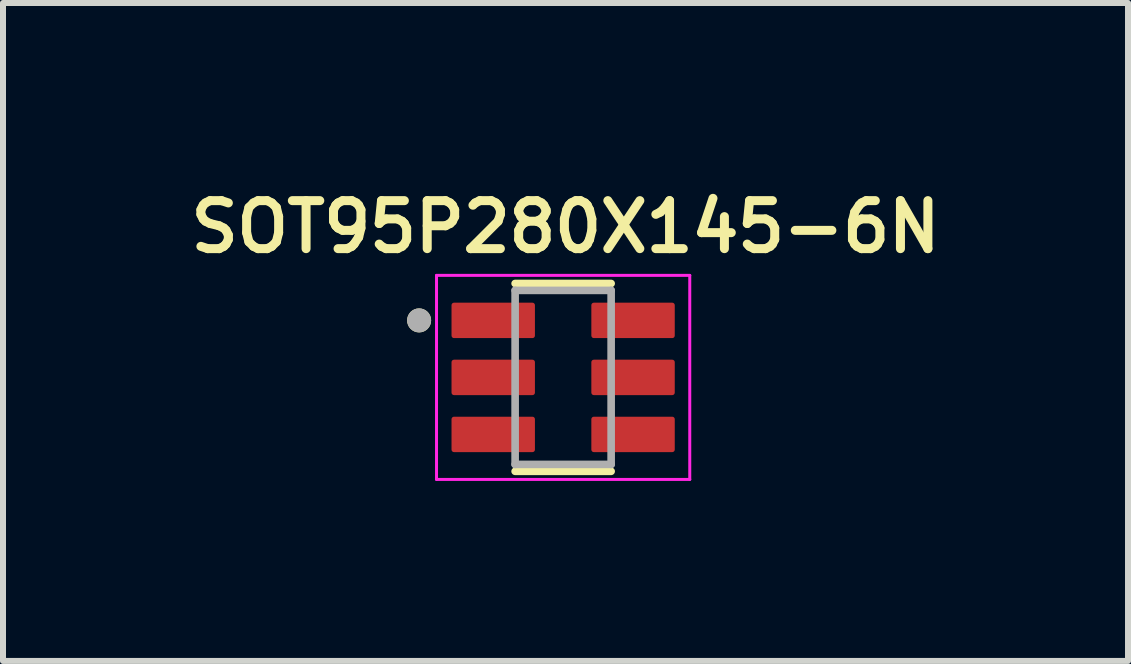
<source format=kicad_pcb>
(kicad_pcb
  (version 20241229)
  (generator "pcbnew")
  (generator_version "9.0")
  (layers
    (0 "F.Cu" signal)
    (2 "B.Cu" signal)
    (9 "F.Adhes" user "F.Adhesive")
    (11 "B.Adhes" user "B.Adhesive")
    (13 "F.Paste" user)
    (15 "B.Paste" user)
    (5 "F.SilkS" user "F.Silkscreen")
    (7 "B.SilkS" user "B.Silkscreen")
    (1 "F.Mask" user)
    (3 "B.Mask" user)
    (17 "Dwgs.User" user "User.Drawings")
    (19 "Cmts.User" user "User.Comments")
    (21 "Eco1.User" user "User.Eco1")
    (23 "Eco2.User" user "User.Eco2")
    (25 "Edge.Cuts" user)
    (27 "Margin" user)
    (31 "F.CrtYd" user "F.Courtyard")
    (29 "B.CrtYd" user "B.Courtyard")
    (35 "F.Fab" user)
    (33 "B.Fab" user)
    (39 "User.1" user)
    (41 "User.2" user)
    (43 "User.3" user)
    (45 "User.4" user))
  (footprint "SOT95P280X145-6N"
    (layer "F.Cu")
    (at 6.334 3.239)
    (property "Reference" "SOT95P280X145-6N" (at 0.04 -2.508 0) (layer "F.SilkS") (effects (font (size 0.8 0.8) (thickness 0.15))))
    (attr smd)
    (fp_line (start -0.8 -1.565) (end 0.8 -1.565) (stroke (width 0.127) (type solid)) (layer "F.SilkS"))
    (fp_line (start -0.8 1.565) (end 0.8 1.565) (stroke (width 0.127) (type solid)) (layer "F.SilkS"))
    (fp_circle (center -2.4 -0.95) (end -2.3 -0.95) (stroke (width 0.2) (type solid)) (fill no) (layer "F.SilkS"))
    (fp_line (start -2.11 -1.7) (end -2.11 1.7) (stroke (width 0.05) (type solid)) (layer "F.CrtYd"))
    (fp_line (start -2.11 1.7) (end 2.11 1.7) (stroke (width 0.05) (type solid)) (layer "F.CrtYd"))
    (fp_line (start 2.11 -1.7) (end -2.11 -1.7) (stroke (width 0.05) (type solid)) (layer "F.CrtYd"))
    (fp_line (start 2.11 1.7) (end 2.11 -1.7) (stroke (width 0.05) (type solid)) (layer "F.CrtYd"))
    (fp_line (start -0.8 -1.45) (end -0.8 1.45) (stroke (width 0.127) (type solid)) (layer "F.Fab"))
    (fp_line (start -0.8 1.45) (end 0.8 1.45) (stroke (width 0.127) (type solid)) (layer "F.Fab"))
    (fp_line (start 0.8 -1.45) (end -0.8 -1.45) (stroke (width 0.127) (type solid)) (layer "F.Fab"))
    (fp_line (start 0.8 1.45) (end 0.8 -1.45) (stroke (width 0.127) (type solid)) (layer "F.Fab"))
    (fp_circle (center -2.4 -0.95) (end -2.3 -0.95) (stroke (width 0.2) (type solid)) (fill no) (layer "F.Fab"))
    (pad "1" smd roundrect (at -1.165 -0.95) (size 1.39 0.59) (layers "F.Cu" "F.Mask" "F.Paste") (roundrect_rratio 0.07))
    (pad "2" smd roundrect (at -1.165 0) (size 1.39 0.59) (layers "F.Cu" "F.Mask" "F.Paste") (roundrect_rratio 0.07))
    (pad "3" smd roundrect (at -1.165 0.95) (size 1.39 0.59) (layers "F.Cu" "F.Mask" "F.Paste") (roundrect_rratio 0.07))
    (pad "4" smd roundrect (at 1.165 0.95 180) (size 1.39 0.59) (layers "F.Cu" "F.Mask" "F.Paste") (roundrect_rratio 0.07))
    (pad "5" smd roundrect (at 1.165 0 180) (size 1.39 0.59) (layers "F.Cu" "F.Mask" "F.Paste") (roundrect_rratio 0.07))
    (pad "6" smd roundrect (at 1.165 -0.95 180) (size 1.39 0.59) (layers "F.Cu" "F.Mask" "F.Paste") (roundrect_rratio 0.07)))
  (gr_rect
    (start -3 -3)
    (end 15.747 7.964)
    (stroke (width 0.1) (type default))
    (fill no)
    (layer "Edge.Cuts")))
</source>
